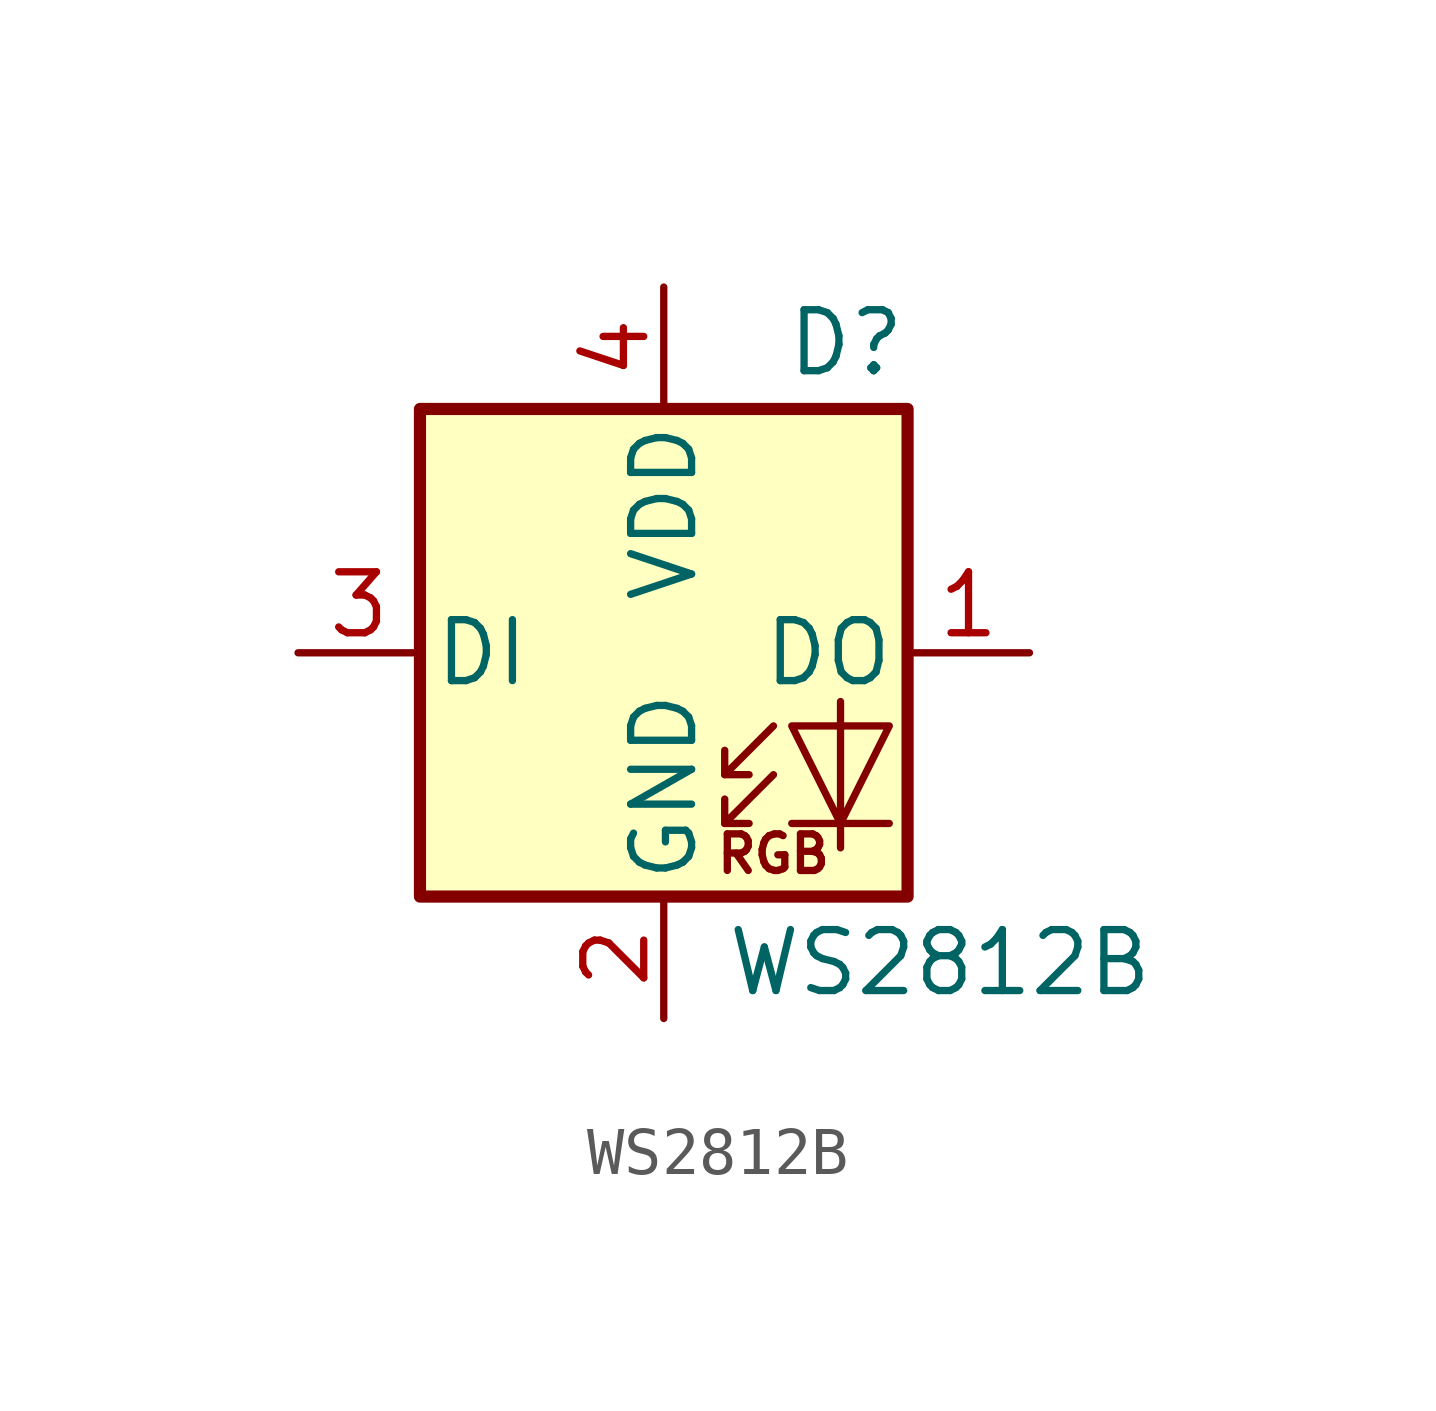
<source format=kicad_sym>
(kicad_symbol_lib
  (version 20220914)
  (generator kicad_symbol_editor)
  (symbol "WS2812B"
    (pin_names
      (offset 0.254))
    (property "Reference" "D"
      (at 5.08 5.715 0)
      (effects (font (size 1.27 1.27)) (justify right bottom)))
    (property "Value" "WS2812B"
      (at 1.27 -5.715 0)
      (effects (font (size 1.27 1.27)) (justify left top)))
    (symbol "WS2812B_0_0"
      (text "RGB" (at 2.286 -4.191 0) (effects (font (size 0.762 0.762)))))
    (symbol "WS2812B_0_1"
      (polyline (pts (xy 1.27 -3.556) (xy 1.778 -3.556)) (stroke (width 0) (type solid)) (fill (type none)))
      (polyline (pts (xy 1.27 -2.54) (xy 1.778 -2.54)) (stroke (width 0) (type solid)) (fill (type none)))
      (polyline (pts (xy 4.699 -3.556) (xy 2.667 -3.556)) (stroke (width 0) (type solid)) (fill (type none)))
      (polyline (pts (xy 2.286 -2.54) (xy 1.27 -3.556) (xy 1.27 -3.048)) (stroke (width 0) (type solid)) (fill (type none)))
      (polyline (pts (xy 2.286 -1.524) (xy 1.27 -2.54) (xy 1.27 -2.032)) (stroke (width 0) (type solid)) (fill (type none)))
      (polyline (pts (xy 3.683 -1.016) (xy 3.683 -3.556) (xy 3.683 -4.064)) (stroke (width 0) (type solid)) (fill (type none)))
      (polyline (pts (xy 4.699 -1.524) (xy 2.667 -1.524) (xy 3.683 -3.556) (xy 4.699 -1.524)) (stroke (width 0) (type solid)) (fill (type none)))
      (rectangle (start 5.08 5.08) (end -5.08 -5.08) (stroke (width 0.254) (type solid)) (fill (type background))))
    (symbol "WS2812B_1_1"
      (pin output line (at 7.62 0 180) (length 2.54) (name "DO" (effects (font (size 1.27 1.27)))) (number "1" (effects (font (size 1.27 1.27)))))
      (pin power_in line (at 0 -7.62 90) (length 2.54) (name "GND" (effects (font (size 1.27 1.27)))) (number "2" (effects (font (size 1.27 1.27)))))
      (pin input line (at -7.62 0 0) (length 2.54) (name "DI" (effects (font (size 1.27 1.27)))) (number "3" (effects (font (size 1.27 1.27)))))
      (pin power_in line (at 0 7.62 270) (length 2.54) (name "VDD" (effects (font (size 1.27 1.27)))) (number "4" (effects (font (size 1.27 1.27))))))))
</source>
